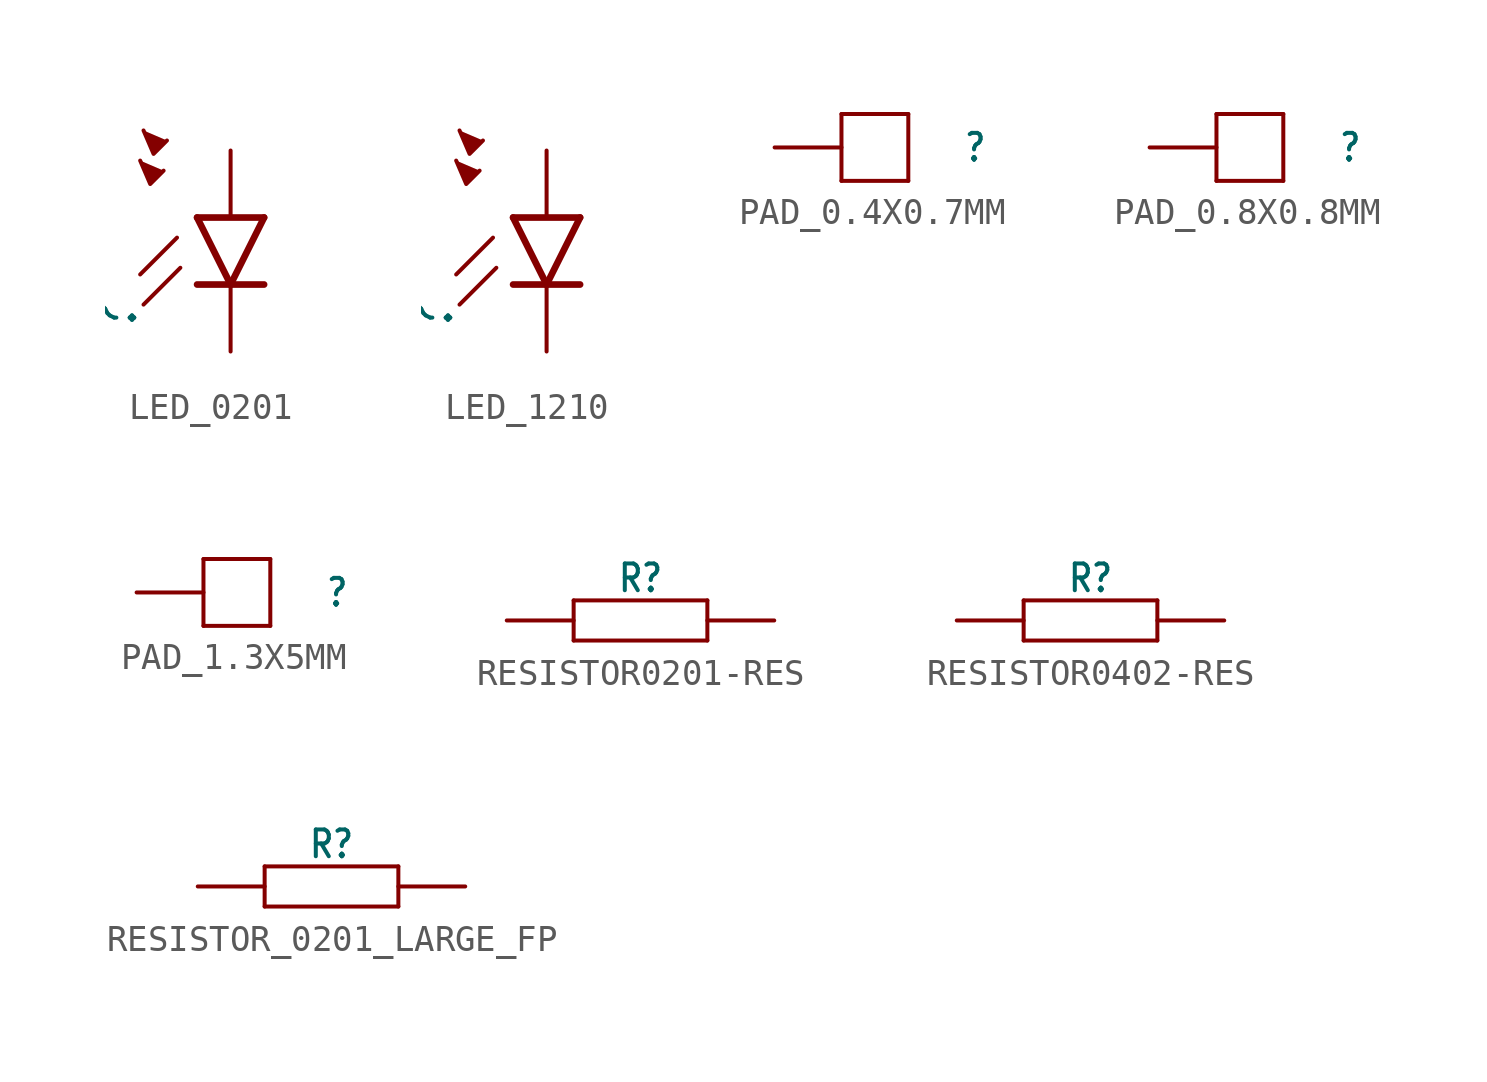
<source format=kicad_sym>
(kicad_symbol_lib
  (version 20241209)
  (generator "kicad_symbol_editor")
  (generator_version "9.0")
  (symbol "LED_0201"
    (property "Reference" ""
      (at -3.429 -4.572 90)
      (effects (font (size 1.778 1.778)) (justify left bottom)))
    (property "Value" ""
      (at 1.905 -4.572 90)
      (effects (font (size 1.778 1.778)) (justify left top)))
    (property "ki_locked" ""
      (at 0 0 0)
      (effects (font (size 1.27 1.27))))
    (symbol "LED_0201_1_0"
      (polyline (pts (xy -3.429 2.159) (xy -3.048 1.27) (xy -2.54 1.778)) (stroke (width 0.152) (type solid)) (fill (type outline)))
      (polyline (pts (xy -3.302 3.302) (xy -2.921 2.413) (xy -2.413 2.921)) (stroke (width 0.152) (type solid)) (fill (type outline)))
      (polyline (pts (xy -2.032 -0.762) (xy -3.429 -2.159)) (stroke (width 0.152) (type solid)) (fill (type none)))
      (polyline (pts (xy -1.905 -1.905) (xy -3.302 -3.302)) (stroke (width 0.152) (type solid)) (fill (type none)))
      (polyline (pts (xy 0 -2.54) (xy -1.27 0)) (stroke (width 0.254) (type solid)) (fill (type none)))
      (polyline (pts (xy 0 -2.54) (xy -1.27 -2.54)) (stroke (width 0.254) (type solid)) (fill (type none)))
      (polyline (pts (xy 1.27 0) (xy -1.27 0)) (stroke (width 0.254) (type solid)) (fill (type none)))
      (polyline (pts (xy 1.27 0) (xy 0 -2.54)) (stroke (width 0.254) (type solid)) (fill (type none)))
      (polyline (pts (xy 1.27 -2.54) (xy 0 -2.54)) (stroke (width 0.254) (type solid)) (fill (type none)))
      (pin passive line (at 0 2.54 270) (length 2.54) (name "A" (effects (font (size 0 0)))) (number "A" (effects (font (size 0 0)))))
      (pin passive line (at 0 -5.08 90) (length 2.54) (name "C" (effects (font (size 0 0)))) (number "C" (effects (font (size 0 0)))))))
  (symbol "LED_1210"
    (property "Reference" ""
      (at -3.429 -4.572 90)
      (effects (font (size 1.778 1.778)) (justify left bottom)))
    (property "Value" ""
      (at 1.905 -4.572 90)
      (effects (font (size 1.778 1.778)) (justify left top)))
    (property "ki_locked" ""
      (at 0 0 0)
      (effects (font (size 1.27 1.27))))
    (symbol "LED_1210_1_0"
      (polyline (pts (xy -3.429 2.159) (xy -3.048 1.27) (xy -2.54 1.778)) (stroke (width 0.152) (type solid)) (fill (type outline)))
      (polyline (pts (xy -3.302 3.302) (xy -2.921 2.413) (xy -2.413 2.921)) (stroke (width 0.152) (type solid)) (fill (type outline)))
      (polyline (pts (xy -2.032 -0.762) (xy -3.429 -2.159)) (stroke (width 0.152) (type solid)) (fill (type none)))
      (polyline (pts (xy -1.905 -1.905) (xy -3.302 -3.302)) (stroke (width 0.152) (type solid)) (fill (type none)))
      (polyline (pts (xy 0 -2.54) (xy -1.27 0)) (stroke (width 0.254) (type solid)) (fill (type none)))
      (polyline (pts (xy 0 -2.54) (xy -1.27 -2.54)) (stroke (width 0.254) (type solid)) (fill (type none)))
      (polyline (pts (xy 1.27 0) (xy -1.27 0)) (stroke (width 0.254) (type solid)) (fill (type none)))
      (polyline (pts (xy 1.27 0) (xy 0 -2.54)) (stroke (width 0.254) (type solid)) (fill (type none)))
      (polyline (pts (xy 1.27 -2.54) (xy 0 -2.54)) (stroke (width 0.254) (type solid)) (fill (type none)))
      (pin passive line (at 0 2.54 270) (length 2.54) (name "A" (effects (font (size 0 0)))) (number "A" (effects (font (size 0 0)))))
      (pin passive line (at 0 -5.08 90) (length 2.54) (name "C" (effects (font (size 0 0)))) (number "C" (effects (font (size 0 0)))))))
  (symbol "PAD_0.4X0.7MM"
    (property "Reference" ""
      (at 5.08 0 0)
      (effects (font (size 1.016 0.864))))
    (property "ki_locked" ""
      (at 0 0 0)
      (effects (font (size 1.27 1.27))))
    (symbol "PAD_0.4X0.7MM_1_0"
      (polyline (pts (xy 0 1.27) (xy 0 -1.27)) (stroke (width 0.152) (type solid)) (fill (type none)))
      (polyline (pts (xy 0 -1.27) (xy 2.54 -1.27)) (stroke (width 0.152) (type solid)) (fill (type none)))
      (polyline (pts (xy 2.54 1.27) (xy 0 1.27)) (stroke (width 0.152) (type solid)) (fill (type none)))
      (polyline (pts (xy 2.54 -1.27) (xy 2.54 1.27)) (stroke (width 0.152) (type solid)) (fill (type none)))
      (pin bidirectional line (at -2.54 0 0) (length 2.54) (name "P$1" (effects (font (size 0 0)))) (number "P$1" (effects (font (size 0 0)))))))
  (symbol "PAD_0.8X0.8MM"
    (property "Reference" ""
      (at 5.08 0 0)
      (effects (font (size 1.016 0.864))))
    (property "ki_locked" ""
      (at 0 0 0)
      (effects (font (size 1.27 1.27))))
    (symbol "PAD_0.8X0.8MM_1_0"
      (polyline (pts (xy 0 1.27) (xy 0 -1.27)) (stroke (width 0.152) (type solid)) (fill (type none)))
      (polyline (pts (xy 0 -1.27) (xy 2.54 -1.27)) (stroke (width 0.152) (type solid)) (fill (type none)))
      (polyline (pts (xy 2.54 1.27) (xy 0 1.27)) (stroke (width 0.152) (type solid)) (fill (type none)))
      (polyline (pts (xy 2.54 -1.27) (xy 2.54 1.27)) (stroke (width 0.152) (type solid)) (fill (type none)))
      (pin bidirectional line (at -2.54 0 0) (length 2.54) (name "P$1" (effects (font (size 0 0)))) (number "P$1" (effects (font (size 0 0)))))))
  (symbol "PAD_1.3X5MM"
    (property "Reference" ""
      (at 5.08 0 0)
      (effects (font (size 1.016 0.864))))
    (property "ki_locked" ""
      (at 0 0 0)
      (effects (font (size 1.27 1.27))))
    (symbol "PAD_1.3X5MM_1_0"
      (polyline (pts (xy 0 1.27) (xy 0 -1.27)) (stroke (width 0.152) (type solid)) (fill (type none)))
      (polyline (pts (xy 0 -1.27) (xy 2.54 -1.27)) (stroke (width 0.152) (type solid)) (fill (type none)))
      (polyline (pts (xy 2.54 1.27) (xy 0 1.27)) (stroke (width 0.152) (type solid)) (fill (type none)))
      (polyline (pts (xy 2.54 -1.27) (xy 2.54 1.27)) (stroke (width 0.152) (type solid)) (fill (type none)))
      (pin bidirectional line (at -2.54 0 0) (length 2.54) (name "P$1" (effects (font (size 0 0)))) (number "P$1" (effects (font (size 0 0)))))))
  (symbol "RESISTOR0201-RES"
    (property "Reference" "R"
      (at 0 1.016 0)
      (effects (font (size 1.016 0.864)) (justify bottom)))
    (property "Value" ""
      (at 0 -0.508 0)
      (effects (font (size 0.813 0.691)) (justify bottom)))
    (property "ki_locked" ""
      (at 0 0 0)
      (effects (font (size 1.27 1.27))))
    (symbol "RESISTOR0201-RES_1_0"
      (polyline (pts (xy -2.54 0.762) (xy 2.54 0.762)) (stroke (width 0.152) (type solid)) (fill (type none)))
      (polyline (pts (xy -2.54 -0.762) (xy -2.54 0.762)) (stroke (width 0.152) (type solid)) (fill (type none)))
      (polyline (pts (xy 2.54 0.762) (xy 2.54 -0.762)) (stroke (width 0.152) (type solid)) (fill (type none)))
      (polyline (pts (xy 2.54 -0.762) (xy -2.54 -0.762)) (stroke (width 0.152) (type solid)) (fill (type none)))
      (pin passive line (at -5.08 0 0) (length 2.54) (name "1" (effects (font (size 0 0)))) (number "1" (effects (font (size 0 0)))))
      (pin passive line (at 5.08 0 180) (length 2.54) (name "2" (effects (font (size 0 0)))) (number "2" (effects (font (size 0 0)))))))
  (symbol "RESISTOR0402-RES"
    (property "Reference" "R"
      (at 0 1.016 0)
      (effects (font (size 1.016 0.864)) (justify bottom)))
    (property "Value" ""
      (at 0 -0.508 0)
      (effects (font (size 0.813 0.691)) (justify bottom)))
    (property "ki_locked" ""
      (at 0 0 0)
      (effects (font (size 1.27 1.27))))
    (symbol "RESISTOR0402-RES_1_0"
      (polyline (pts (xy -2.54 0.762) (xy 2.54 0.762)) (stroke (width 0.152) (type solid)) (fill (type none)))
      (polyline (pts (xy -2.54 -0.762) (xy -2.54 0.762)) (stroke (width 0.152) (type solid)) (fill (type none)))
      (polyline (pts (xy 2.54 0.762) (xy 2.54 -0.762)) (stroke (width 0.152) (type solid)) (fill (type none)))
      (polyline (pts (xy 2.54 -0.762) (xy -2.54 -0.762)) (stroke (width 0.152) (type solid)) (fill (type none)))
      (pin passive line (at -5.08 0 0) (length 2.54) (name "1" (effects (font (size 0 0)))) (number "1" (effects (font (size 0 0)))))
      (pin passive line (at 5.08 0 180) (length 2.54) (name "2" (effects (font (size 0 0)))) (number "2" (effects (font (size 0 0)))))))
  (symbol "RESISTOR_0201_LARGE_FP"
    (property "Reference" "R"
      (at 0 1.016 0)
      (effects (font (size 1.016 0.864)) (justify bottom)))
    (property "Value" ""
      (at 0 -0.508 0)
      (effects (font (size 0.813 0.691)) (justify bottom)))
    (property "ki_locked" ""
      (at 0 0 0)
      (effects (font (size 1.27 1.27))))
    (symbol "RESISTOR_0201_LARGE_FP_1_0"
      (polyline (pts (xy -2.54 0.762) (xy 2.54 0.762)) (stroke (width 0.152) (type solid)) (fill (type none)))
      (polyline (pts (xy -2.54 -0.762) (xy -2.54 0.762)) (stroke (width 0.152) (type solid)) (fill (type none)))
      (polyline (pts (xy 2.54 0.762) (xy 2.54 -0.762)) (stroke (width 0.152) (type solid)) (fill (type none)))
      (polyline (pts (xy 2.54 -0.762) (xy -2.54 -0.762)) (stroke (width 0.152) (type solid)) (fill (type none)))
      (pin passive line (at -5.08 0 0) (length 2.54) (name "1" (effects (font (size 0 0)))) (number "1" (effects (font (size 0 0)))))
      (pin passive line (at 5.08 0 180) (length 2.54) (name "2" (effects (font (size 0 0)))) (number "2" (effects (font (size 0 0))))))))
</source>
